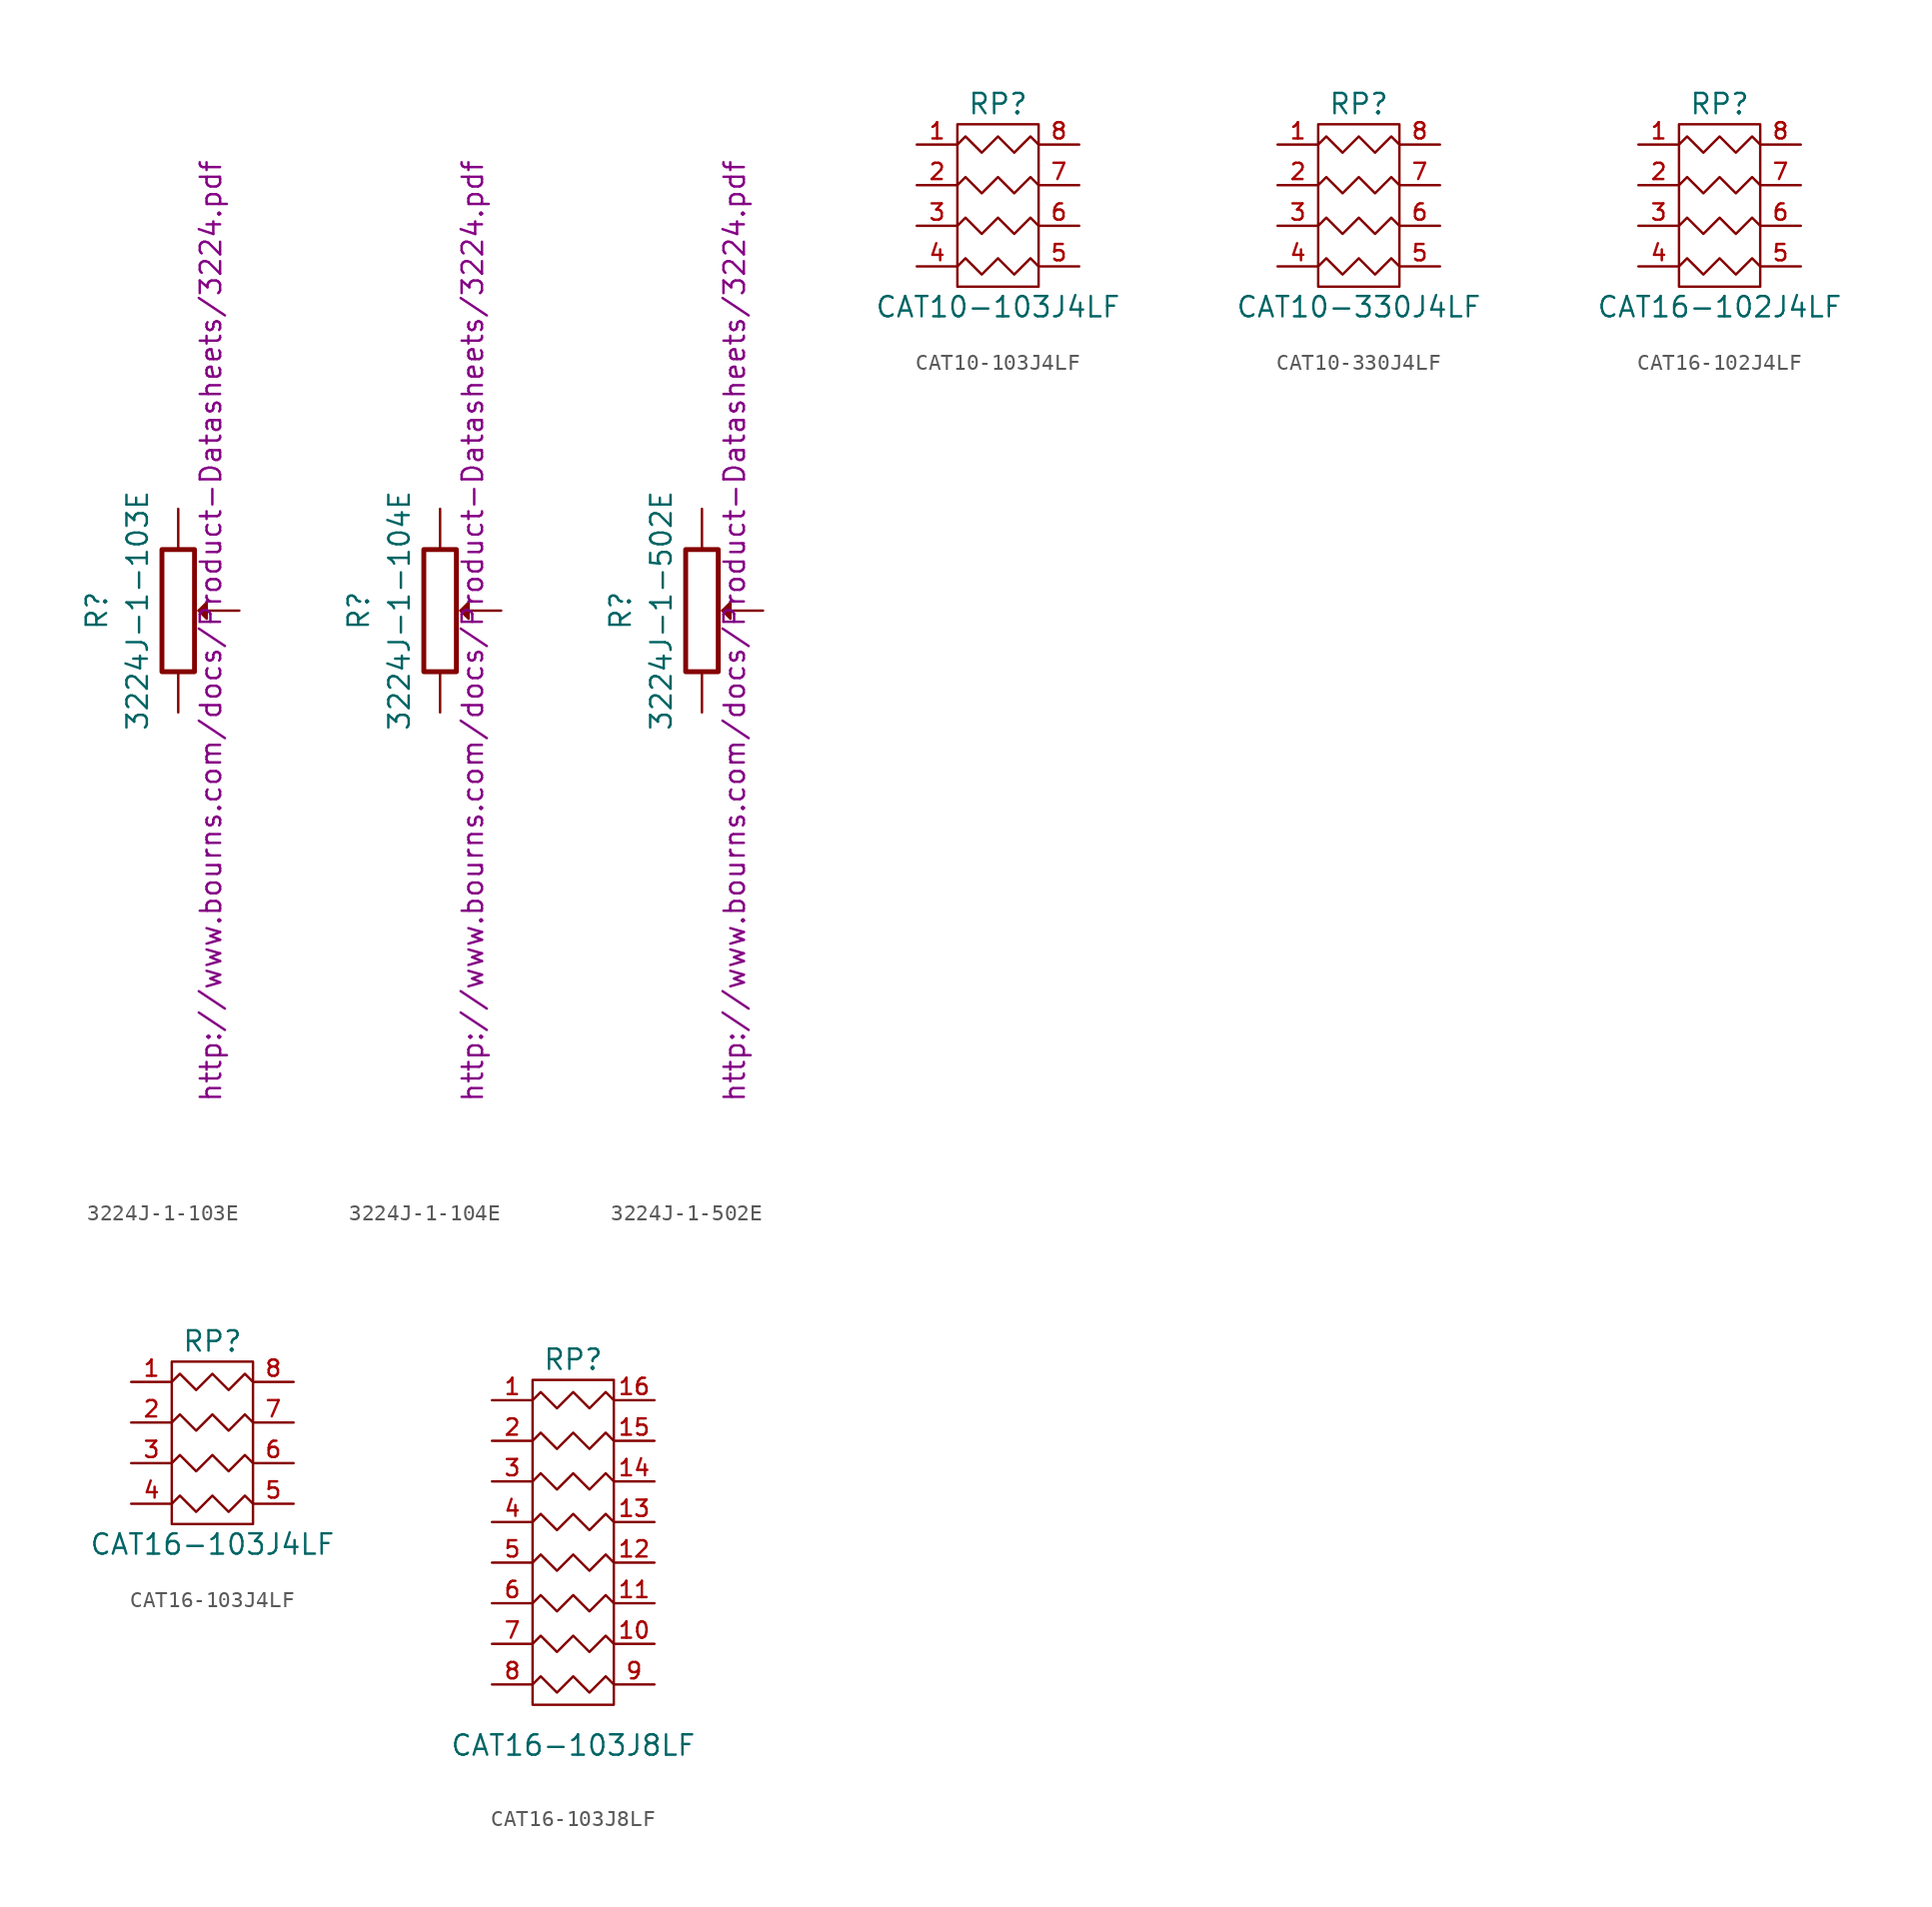
<source format=kicad_sym>
(kicad_symbol_lib
  (version 20201005)
  (generator kicad_symbol_editor)
  (symbol "3224J-1-103E"
    (pin_numbers hide)
    (pin_names
      (offset 0))
    (property "Reference" "R"
      (at -5.08 0 90)
      (effects (font (size 1.27 1.27))))
    (property "Value" "3224J-1-103E"
      (at -2.54 0 90)
      (effects (font (size 1.27 1.27))))
    (property "Footprint" ""
      (at 0 0 0)
      (effects (font (size 1.27 1.27))))
    (property "Datasheet" "http://www.bourns.com/docs/Product-Datasheets/3224.pdf"
      (at 2.032 -1.27 90)
      (effects (font (size 1.27 1.27))))
    (symbol "3224J-1-103E_0_1"
      (rectangle (start -1.016 3.81) (end 1.016 -3.81) (stroke (width 0.305)) (fill (type none)))
      (polyline (pts (xy 1.27 0) (xy 1.778 0.508) (xy 1.778 -0.508) (xy 1.27 0)) (stroke (width 0)) (fill (type outline))))
    (symbol "3224J-1-103E_1_1"
      (pin passive line (at 0 6.35 270) (length 2.54) (name "~" (effects (font (size 1.27 1.27)))) (number "1" (effects (font (size 1.27 1.27)))))
      (pin passive line (at 3.81 0 180) (length 2.54) (name "~" (effects (font (size 1.27 1.27)))) (number "2" (effects (font (size 1.27 1.27)))))
      (pin passive line (at 0 -6.35 90) (length 2.54) (name "~" (effects (font (size 1.27 1.27)))) (number "3" (effects (font (size 1.27 1.27)))))))
  (symbol "3224J-1-104E"
    (pin_numbers hide)
    (pin_names
      (offset 0))
    (property "Reference" "R"
      (at -5.08 0 90)
      (effects (font (size 1.27 1.27))))
    (property "Value" "3224J-1-104E"
      (at -2.54 0 90)
      (effects (font (size 1.27 1.27))))
    (property "Footprint" ""
      (at 0 0 0)
      (effects (font (size 1.27 1.27))))
    (property "Datasheet" "http://www.bourns.com/docs/Product-Datasheets/3224.pdf"
      (at 2.032 -1.27 90)
      (effects (font (size 1.27 1.27))))
    (symbol "3224J-1-104E_0_1"
      (rectangle (start -1.016 3.81) (end 1.016 -3.81) (stroke (width 0.305)) (fill (type none)))
      (polyline (pts (xy 1.27 0) (xy 1.778 0.508) (xy 1.778 -0.508) (xy 1.27 0)) (stroke (width 0)) (fill (type outline))))
    (symbol "3224J-1-104E_1_1"
      (pin passive line (at 0 6.35 270) (length 2.54) (name "~" (effects (font (size 1.27 1.27)))) (number "1" (effects (font (size 1.27 1.27)))))
      (pin passive line (at 3.81 0 180) (length 2.54) (name "~" (effects (font (size 1.27 1.27)))) (number "2" (effects (font (size 1.27 1.27)))))
      (pin passive line (at 0 -6.35 90) (length 2.54) (name "~" (effects (font (size 1.27 1.27)))) (number "3" (effects (font (size 1.27 1.27)))))))
  (symbol "3224J-1-502E"
    (pin_numbers hide)
    (pin_names
      (offset 0))
    (property "Reference" "R"
      (at -5.08 0 90)
      (effects (font (size 1.27 1.27))))
    (property "Value" "3224J-1-502E"
      (at -2.54 0 90)
      (effects (font (size 1.27 1.27))))
    (property "Footprint" ""
      (at 0 0 0)
      (effects (font (size 1.27 1.27))))
    (property "Datasheet" "http://www.bourns.com/docs/Product-Datasheets/3224.pdf"
      (at 2.032 -1.27 90)
      (effects (font (size 1.27 1.27))))
    (symbol "3224J-1-502E_0_1"
      (rectangle (start -1.016 3.81) (end 1.016 -3.81) (stroke (width 0.305)) (fill (type none)))
      (polyline (pts (xy 1.27 0) (xy 1.778 0.508) (xy 1.778 -0.508) (xy 1.27 0)) (stroke (width 0)) (fill (type outline))))
    (symbol "3224J-1-502E_1_1"
      (pin passive line (at 0 6.35 270) (length 2.54) (name "~" (effects (font (size 1.27 1.27)))) (number "1" (effects (font (size 1.27 1.27)))))
      (pin passive line (at 3.81 0 180) (length 2.54) (name "~" (effects (font (size 1.27 1.27)))) (number "2" (effects (font (size 1.27 1.27)))))
      (pin passive line (at 0 -6.35 90) (length 2.54) (name "~" (effects (font (size 1.27 1.27)))) (number "3" (effects (font (size 1.27 1.27)))))))
  (symbol "CAT10-103J4LF"
    (pin_names hide)
    (property "Reference" "RP"
      (at 0 6.35 0)
      (effects (font (size 1.27 1.27))))
    (property "Value" "CAT10-103J4LF"
      (at 0 -6.35 0)
      (effects (font (size 1.27 1.27))))
    (symbol "CAT10-103J4LF_0_1"
      (polyline (pts (xy -2.54 5.08) (xy -2.54 -5.08) (xy 2.54 -5.08) (xy 2.54 5.08) (xy -2.54 5.08)) (stroke (width 0)) (fill (type none)))
      (polyline (pts (xy -2.54 -3.81) (xy -2.032 -3.302) (xy -1.016 -4.318) (xy 0 -3.302) (xy 1.016 -4.318) (xy 2.032 -3.302) (xy 2.54 -3.81)) (stroke (width 0)) (fill (type none)))
      (polyline (pts (xy -2.54 -1.27) (xy -2.032 -0.762) (xy -1.016 -1.778) (xy 0 -0.762) (xy 1.016 -1.778) (xy 2.032 -0.762) (xy 2.54 -1.27)) (stroke (width 0)) (fill (type none)))
      (polyline (pts (xy -2.54 1.27) (xy -2.032 1.778) (xy -1.016 0.762) (xy 0 1.778) (xy 1.016 0.762) (xy 2.032 1.778) (xy 2.54 1.27)) (stroke (width 0)) (fill (type none)))
      (polyline (pts (xy -2.54 3.81) (xy -2.032 4.318) (xy -1.016 3.302) (xy 0 4.318) (xy 1.016 3.302) (xy 2.032 4.318) (xy 2.54 3.81)) (stroke (width 0)) (fill (type none))))
    (symbol "CAT10-103J4LF_1_1"
      (pin passive line (at -5.08 3.81 0) (length 2.54) (name "P1" (effects (font (size 1.016 1.016)))) (number "1" (effects (font (size 1.016 1.016)))))
      (pin passive line (at -5.08 1.27 0) (length 2.54) (name "P2" (effects (font (size 1.016 1.016)))) (number "2" (effects (font (size 1.016 1.016)))))
      (pin passive line (at -5.08 -1.27 0) (length 2.54) (name "P3" (effects (font (size 1.016 1.016)))) (number "3" (effects (font (size 1.016 1.016)))))
      (pin passive line (at -5.08 -3.81 0) (length 2.54) (name "P4" (effects (font (size 1.016 1.016)))) (number "4" (effects (font (size 1.016 1.016)))))
      (pin passive line (at 5.08 -3.81 180) (length 2.54) (name "R4" (effects (font (size 1.016 1.016)))) (number "5" (effects (font (size 1.016 1.016)))))
      (pin passive line (at 5.08 -1.27 180) (length 2.54) (name "R3" (effects (font (size 1.016 1.016)))) (number "6" (effects (font (size 1.016 1.016)))))
      (pin passive line (at 5.08 1.27 180) (length 2.54) (name "R2" (effects (font (size 1.016 1.016)))) (number "7" (effects (font (size 1.016 1.016)))))
      (pin passive line (at 5.08 3.81 180) (length 2.54) (name "R1" (effects (font (size 1.016 1.016)))) (number "8" (effects (font (size 1.016 1.016)))))))
  (symbol "CAT10-330J4LF"
    (pin_names hide)
    (property "Reference" "RP"
      (at 0 6.35 0)
      (effects (font (size 1.27 1.27))))
    (property "Value" "CAT10-330J4LF"
      (at 0 -6.35 0)
      (effects (font (size 1.27 1.27))))
    (symbol "CAT10-330J4LF_0_1"
      (polyline (pts (xy -2.54 5.08) (xy -2.54 -5.08) (xy 2.54 -5.08) (xy 2.54 5.08) (xy -2.54 5.08)) (stroke (width 0)) (fill (type none)))
      (polyline (pts (xy -2.54 -3.81) (xy -2.032 -3.302) (xy -1.016 -4.318) (xy 0 -3.302) (xy 1.016 -4.318) (xy 2.032 -3.302) (xy 2.54 -3.81)) (stroke (width 0)) (fill (type none)))
      (polyline (pts (xy -2.54 -1.27) (xy -2.032 -0.762) (xy -1.016 -1.778) (xy 0 -0.762) (xy 1.016 -1.778) (xy 2.032 -0.762) (xy 2.54 -1.27)) (stroke (width 0)) (fill (type none)))
      (polyline (pts (xy -2.54 1.27) (xy -2.032 1.778) (xy -1.016 0.762) (xy 0 1.778) (xy 1.016 0.762) (xy 2.032 1.778) (xy 2.54 1.27)) (stroke (width 0)) (fill (type none)))
      (polyline (pts (xy -2.54 3.81) (xy -2.032 4.318) (xy -1.016 3.302) (xy 0 4.318) (xy 1.016 3.302) (xy 2.032 4.318) (xy 2.54 3.81)) (stroke (width 0)) (fill (type none))))
    (symbol "CAT10-330J4LF_1_1"
      (pin passive line (at -5.08 3.81 0) (length 2.54) (name "P1" (effects (font (size 1.016 1.016)))) (number "1" (effects (font (size 1.016 1.016)))))
      (pin passive line (at -5.08 1.27 0) (length 2.54) (name "P2" (effects (font (size 1.016 1.016)))) (number "2" (effects (font (size 1.016 1.016)))))
      (pin passive line (at -5.08 -1.27 0) (length 2.54) (name "P3" (effects (font (size 1.016 1.016)))) (number "3" (effects (font (size 1.016 1.016)))))
      (pin passive line (at -5.08 -3.81 0) (length 2.54) (name "P4" (effects (font (size 1.016 1.016)))) (number "4" (effects (font (size 1.016 1.016)))))
      (pin passive line (at 5.08 -3.81 180) (length 2.54) (name "R4" (effects (font (size 1.016 1.016)))) (number "5" (effects (font (size 1.016 1.016)))))
      (pin passive line (at 5.08 -1.27 180) (length 2.54) (name "R3" (effects (font (size 1.016 1.016)))) (number "6" (effects (font (size 1.016 1.016)))))
      (pin passive line (at 5.08 1.27 180) (length 2.54) (name "R2" (effects (font (size 1.016 1.016)))) (number "7" (effects (font (size 1.016 1.016)))))
      (pin passive line (at 5.08 3.81 180) (length 2.54) (name "R1" (effects (font (size 1.016 1.016)))) (number "8" (effects (font (size 1.016 1.016)))))))
  (symbol "CAT16-102J4LF"
    (pin_names hide)
    (property "Reference" "RP"
      (at 0 6.35 0)
      (effects (font (size 1.27 1.27))))
    (property "Value" "CAT16-102J4LF"
      (at 0 -6.35 0)
      (effects (font (size 1.27 1.27))))
    (symbol "CAT16-102J4LF_0_1"
      (polyline (pts (xy -2.54 5.08) (xy -2.54 -5.08) (xy 2.54 -5.08) (xy 2.54 5.08) (xy -2.54 5.08)) (stroke (width 0)) (fill (type none)))
      (polyline (pts (xy -2.54 -3.81) (xy -2.032 -3.302) (xy -1.016 -4.318) (xy 0 -3.302) (xy 1.016 -4.318) (xy 2.032 -3.302) (xy 2.54 -3.81)) (stroke (width 0)) (fill (type none)))
      (polyline (pts (xy -2.54 -1.27) (xy -2.032 -0.762) (xy -1.016 -1.778) (xy 0 -0.762) (xy 1.016 -1.778) (xy 2.032 -0.762) (xy 2.54 -1.27)) (stroke (width 0)) (fill (type none)))
      (polyline (pts (xy -2.54 1.27) (xy -2.032 1.778) (xy -1.016 0.762) (xy 0 1.778) (xy 1.016 0.762) (xy 2.032 1.778) (xy 2.54 1.27)) (stroke (width 0)) (fill (type none)))
      (polyline (pts (xy -2.54 3.81) (xy -2.032 4.318) (xy -1.016 3.302) (xy 0 4.318) (xy 1.016 3.302) (xy 2.032 4.318) (xy 2.54 3.81)) (stroke (width 0)) (fill (type none))))
    (symbol "CAT16-102J4LF_1_1"
      (pin passive line (at -5.08 3.81 0) (length 2.54) (name "P1" (effects (font (size 1.016 1.016)))) (number "1" (effects (font (size 1.016 1.016)))))
      (pin passive line (at -5.08 1.27 0) (length 2.54) (name "P2" (effects (font (size 1.016 1.016)))) (number "2" (effects (font (size 1.016 1.016)))))
      (pin passive line (at -5.08 -1.27 0) (length 2.54) (name "P3" (effects (font (size 1.016 1.016)))) (number "3" (effects (font (size 1.016 1.016)))))
      (pin passive line (at -5.08 -3.81 0) (length 2.54) (name "P4" (effects (font (size 1.016 1.016)))) (number "4" (effects (font (size 1.016 1.016)))))
      (pin passive line (at 5.08 -3.81 180) (length 2.54) (name "R4" (effects (font (size 1.016 1.016)))) (number "5" (effects (font (size 1.016 1.016)))))
      (pin passive line (at 5.08 -1.27 180) (length 2.54) (name "R3" (effects (font (size 1.016 1.016)))) (number "6" (effects (font (size 1.016 1.016)))))
      (pin passive line (at 5.08 1.27 180) (length 2.54) (name "R2" (effects (font (size 1.016 1.016)))) (number "7" (effects (font (size 1.016 1.016)))))
      (pin passive line (at 5.08 3.81 180) (length 2.54) (name "R1" (effects (font (size 1.016 1.016)))) (number "8" (effects (font (size 1.016 1.016)))))))
  (symbol "CAT16-103J4LF"
    (pin_names hide)
    (property "Reference" "RP"
      (at 0 6.35 0)
      (effects (font (size 1.27 1.27))))
    (property "Value" "CAT16-103J4LF"
      (at 0 -6.35 0)
      (effects (font (size 1.27 1.27))))
    (symbol "CAT16-103J4LF_0_1"
      (polyline (pts (xy -2.54 5.08) (xy -2.54 -5.08) (xy 2.54 -5.08) (xy 2.54 5.08) (xy -2.54 5.08)) (stroke (width 0)) (fill (type none)))
      (polyline (pts (xy -2.54 -3.81) (xy -2.032 -3.302) (xy -1.016 -4.318) (xy 0 -3.302) (xy 1.016 -4.318) (xy 2.032 -3.302) (xy 2.54 -3.81)) (stroke (width 0)) (fill (type none)))
      (polyline (pts (xy -2.54 -1.27) (xy -2.032 -0.762) (xy -1.016 -1.778) (xy 0 -0.762) (xy 1.016 -1.778) (xy 2.032 -0.762) (xy 2.54 -1.27)) (stroke (width 0)) (fill (type none)))
      (polyline (pts (xy -2.54 1.27) (xy -2.032 1.778) (xy -1.016 0.762) (xy 0 1.778) (xy 1.016 0.762) (xy 2.032 1.778) (xy 2.54 1.27)) (stroke (width 0)) (fill (type none)))
      (polyline (pts (xy -2.54 3.81) (xy -2.032 4.318) (xy -1.016 3.302) (xy 0 4.318) (xy 1.016 3.302) (xy 2.032 4.318) (xy 2.54 3.81)) (stroke (width 0)) (fill (type none))))
    (symbol "CAT16-103J4LF_1_1"
      (pin passive line (at -5.08 3.81 0) (length 2.54) (name "P1" (effects (font (size 1.016 1.016)))) (number "1" (effects (font (size 1.016 1.016)))))
      (pin passive line (at -5.08 1.27 0) (length 2.54) (name "P2" (effects (font (size 1.016 1.016)))) (number "2" (effects (font (size 1.016 1.016)))))
      (pin passive line (at -5.08 -1.27 0) (length 2.54) (name "P3" (effects (font (size 1.016 1.016)))) (number "3" (effects (font (size 1.016 1.016)))))
      (pin passive line (at -5.08 -3.81 0) (length 2.54) (name "P4" (effects (font (size 1.016 1.016)))) (number "4" (effects (font (size 1.016 1.016)))))
      (pin passive line (at 5.08 -3.81 180) (length 2.54) (name "R4" (effects (font (size 1.016 1.016)))) (number "5" (effects (font (size 1.016 1.016)))))
      (pin passive line (at 5.08 -1.27 180) (length 2.54) (name "R3" (effects (font (size 1.016 1.016)))) (number "6" (effects (font (size 1.016 1.016)))))
      (pin passive line (at 5.08 1.27 180) (length 2.54) (name "R2" (effects (font (size 1.016 1.016)))) (number "7" (effects (font (size 1.016 1.016)))))
      (pin passive line (at 5.08 3.81 180) (length 2.54) (name "R1" (effects (font (size 1.016 1.016)))) (number "8" (effects (font (size 1.016 1.016)))))))
  (symbol "CAT16-103J8LF"
    (pin_names hide)
    (property "Reference" "RP"
      (at 0 11.43 0)
      (effects (font (size 1.27 1.27))))
    (property "Value" "CAT16-103J8LF"
      (at 0 -12.7 0)
      (effects (font (size 1.27 1.27))))
    (symbol "CAT16-103J8LF_0_1"
      (rectangle (start -2.54 10.16) (end 2.54 -10.16) (stroke (width 0)) (fill (type none)))
      (polyline (pts (xy -2.54 1.27) (xy -2.032 1.778) (xy -1.016 0.762) (xy 0 1.778) (xy 1.016 0.762) (xy 2.032 1.778) (xy 2.54 1.27)) (stroke (width 0)) (fill (type none)))
      (polyline (pts (xy -2.54 3.81) (xy -2.032 4.318) (xy -1.016 3.302) (xy 0 4.318) (xy 1.016 3.302) (xy 2.032 4.318) (xy 2.54 3.81)) (stroke (width 0)) (fill (type none)))
      (polyline (pts (xy -2.54 6.35) (xy -2.032 6.858) (xy -1.016 5.842) (xy 0 6.858) (xy 1.016 5.842) (xy 2.032 6.858) (xy 2.54 6.35)) (stroke (width 0)) (fill (type none)))
      (polyline (pts (xy -2.54 8.89) (xy -2.032 9.398) (xy -1.016 8.382) (xy 0 9.398) (xy 1.016 8.382) (xy 2.032 9.398) (xy 2.54 8.89)) (stroke (width 0)) (fill (type none))))
    (symbol "CAT16-103J8LF_1_1"
      (polyline (pts (xy -2.54 -8.89) (xy -2.032 -8.382) (xy -1.016 -9.398) (xy 0 -8.382) (xy 1.016 -9.398) (xy 2.032 -8.382) (xy 2.54 -8.89)) (stroke (width 0)) (fill (type none)))
      (polyline (pts (xy -2.54 -6.35) (xy -2.032 -5.842) (xy -1.016 -6.858) (xy 0 -5.842) (xy 1.016 -6.858) (xy 2.032 -5.842) (xy 2.54 -6.35)) (stroke (width 0)) (fill (type none)))
      (polyline (pts (xy -2.54 -3.81) (xy -2.032 -3.302) (xy -1.016 -4.318) (xy 0 -3.302) (xy 1.016 -4.318) (xy 2.032 -3.302) (xy 2.54 -3.81)) (stroke (width 0)) (fill (type none)))
      (polyline (pts (xy -2.54 -1.27) (xy -2.032 -0.762) (xy -1.016 -1.778) (xy 0 -0.762) (xy 1.016 -1.778) (xy 2.032 -0.762) (xy 2.54 -1.27)) (stroke (width 0)) (fill (type none)))
      (pin passive line (at -5.08 8.89 0) (length 2.54) (name "P1" (effects (font (size 1.016 1.016)))) (number "1" (effects (font (size 1.016 1.016)))))
      (pin passive line (at 5.08 -6.35 180) (length 2.54) (name "P10" (effects (font (size 1.016 1.016)))) (number "10" (effects (font (size 1.016 1.016)))))
      (pin passive line (at 5.08 -3.81 180) (length 2.54) (name "P11" (effects (font (size 1.016 1.016)))) (number "11" (effects (font (size 1.016 1.016)))))
      (pin passive line (at 5.08 -1.27 180) (length 2.54) (name "P12" (effects (font (size 1.016 1.016)))) (number "12" (effects (font (size 1.016 1.016)))))
      (pin passive line (at 5.08 1.27 180) (length 2.54) (name "P13" (effects (font (size 1.016 1.016)))) (number "13" (effects (font (size 1.016 1.016)))))
      (pin passive line (at 5.08 3.81 180) (length 2.54) (name "P14" (effects (font (size 1.016 1.016)))) (number "14" (effects (font (size 1.016 1.016)))))
      (pin passive line (at 5.08 6.35 180) (length 2.54) (name "P15" (effects (font (size 1.016 1.016)))) (number "15" (effects (font (size 1.016 1.016)))))
      (pin passive line (at 5.08 8.89 180) (length 2.54) (name "P16" (effects (font (size 1.016 1.016)))) (number "16" (effects (font (size 1.016 1.016)))))
      (pin passive line (at -5.08 6.35 0) (length 2.54) (name "P2" (effects (font (size 1.016 1.016)))) (number "2" (effects (font (size 1.016 1.016)))))
      (pin passive line (at -5.08 3.81 0) (length 2.54) (name "P3" (effects (font (size 1.016 1.016)))) (number "3" (effects (font (size 1.016 1.016)))))
      (pin passive line (at -5.08 1.27 0) (length 2.54) (name "P4" (effects (font (size 1.016 1.016)))) (number "4" (effects (font (size 1.016 1.016)))))
      (pin passive line (at -5.08 -1.27 0) (length 2.54) (name "P5" (effects (font (size 1.016 1.016)))) (number "5" (effects (font (size 1.016 1.016)))))
      (pin passive line (at -5.08 -3.81 0) (length 2.54) (name "P6" (effects (font (size 1.016 1.016)))) (number "6" (effects (font (size 1.016 1.016)))))
      (pin passive line (at -5.08 -6.35 0) (length 2.54) (name "P7" (effects (font (size 1.016 1.016)))) (number "7" (effects (font (size 1.016 1.016)))))
      (pin passive line (at -5.08 -8.89 0) (length 2.54) (name "P8" (effects (font (size 1.016 1.016)))) (number "8" (effects (font (size 1.016 1.016)))))
      (pin passive line (at 5.08 -8.89 180) (length 2.54) (name "P9" (effects (font (size 1.016 1.016)))) (number "9" (effects (font (size 1.016 1.016))))))))
</source>
